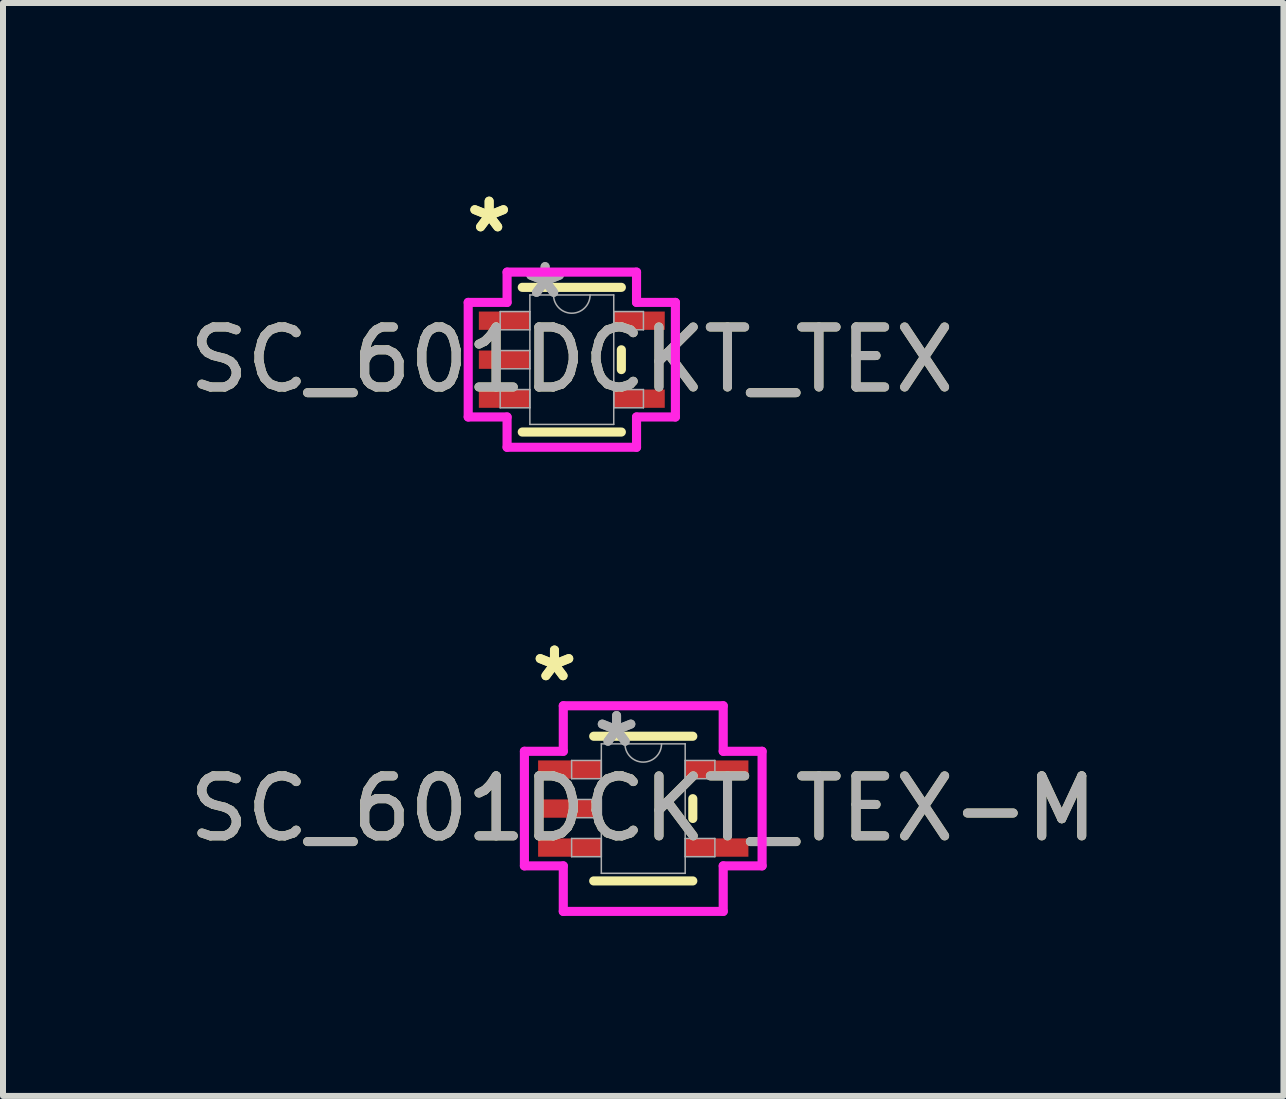
<source format=kicad_pcb>
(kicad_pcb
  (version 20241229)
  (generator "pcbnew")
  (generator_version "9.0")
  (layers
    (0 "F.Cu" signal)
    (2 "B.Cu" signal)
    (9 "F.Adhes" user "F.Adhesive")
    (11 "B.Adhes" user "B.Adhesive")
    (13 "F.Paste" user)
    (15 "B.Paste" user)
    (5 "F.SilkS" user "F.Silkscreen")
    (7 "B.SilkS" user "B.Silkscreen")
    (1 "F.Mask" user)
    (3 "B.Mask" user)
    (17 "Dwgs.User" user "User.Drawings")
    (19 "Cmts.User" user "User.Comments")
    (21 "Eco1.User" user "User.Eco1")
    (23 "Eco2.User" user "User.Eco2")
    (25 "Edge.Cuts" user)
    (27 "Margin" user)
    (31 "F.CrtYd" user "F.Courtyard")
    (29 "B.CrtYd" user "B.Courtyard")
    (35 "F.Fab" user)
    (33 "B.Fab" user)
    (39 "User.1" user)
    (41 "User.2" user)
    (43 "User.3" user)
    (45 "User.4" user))
  (footprint "SC_601DCKT_TEX-M"
    (layer "F.Cu")
    (at 7.673 10.429)
    (property "Reference" "SC_601DCKT_TEX-M" (at 0 0 0) (unlocked yes) (layer "F.SilkS") (effects (font (size 1 1) (thickness 0.15))))
    (attr smd)
    (fp_line (start -0.826 1.206) (end 0.826 1.206) (stroke (width 0.152) (type solid)) (layer "F.SilkS"))
    (fp_line (start 0.826 -1.206) (end -0.826 -1.206) (stroke (width 0.152) (type solid)) (layer "F.SilkS"))
    (fp_line (start 0.826 0.165) (end 0.826 -0.165) (stroke (width 0.152) (type solid)) (layer "F.SilkS"))
    (fp_line (start -1.981 -0.955) (end -1.333 -0.955) (stroke (width 0.152) (type solid)) (layer "F.CrtYd"))
    (fp_line (start -1.981 0.955) (end -1.981 -0.955) (stroke (width 0.152) (type solid)) (layer "F.CrtYd"))
    (fp_line (start -1.333 -1.714) (end 1.333 -1.714) (stroke (width 0.152) (type solid)) (layer "F.CrtYd"))
    (fp_line (start -1.333 -0.955) (end -1.333 -1.714) (stroke (width 0.152) (type solid)) (layer "F.CrtYd"))
    (fp_line (start -1.333 0.955) (end -1.981 0.955) (stroke (width 0.152) (type solid)) (layer "F.CrtYd"))
    (fp_line (start -1.333 1.714) (end -1.333 0.955) (stroke (width 0.152) (type solid)) (layer "F.CrtYd"))
    (fp_line (start 1.333 -1.714) (end 1.333 -0.955) (stroke (width 0.152) (type solid)) (layer "F.CrtYd"))
    (fp_line (start 1.333 -0.955) (end 1.981 -0.955) (stroke (width 0.152) (type solid)) (layer "F.CrtYd"))
    (fp_line (start 1.333 0.955) (end 1.333 1.714) (stroke (width 0.152) (type solid)) (layer "F.CrtYd"))
    (fp_line (start 1.333 1.714) (end -1.333 1.714) (stroke (width 0.152) (type solid)) (layer "F.CrtYd"))
    (fp_line (start 1.981 -0.955) (end 1.981 0.955) (stroke (width 0.152) (type solid)) (layer "F.CrtYd"))
    (fp_line (start 1.981 0.955) (end 1.333 0.955) (stroke (width 0.152) (type solid)) (layer "F.CrtYd"))
    (fp_line (start -1.194 -0.802) (end -1.194 -0.498) (stroke (width 0.025) (type solid)) (layer "F.Fab"))
    (fp_line (start -1.194 -0.498) (end -0.699 -0.498) (stroke (width 0.025) (type solid)) (layer "F.Fab"))
    (fp_line (start -1.194 -0.152) (end -1.194 0.152) (stroke (width 0.025) (type solid)) (layer "F.Fab"))
    (fp_line (start -1.194 0.152) (end -0.699 0.152) (stroke (width 0.025) (type solid)) (layer "F.Fab"))
    (fp_line (start -1.194 0.498) (end -1.194 0.802) (stroke (width 0.025) (type solid)) (layer "F.Fab"))
    (fp_line (start -1.194 0.802) (end -0.699 0.802) (stroke (width 0.025) (type solid)) (layer "F.Fab"))
    (fp_line (start -0.699 -1.079) (end -0.699 1.079) (stroke (width 0.025) (type solid)) (layer "F.Fab"))
    (fp_line (start -0.699 -0.802) (end -1.194 -0.802) (stroke (width 0.025) (type solid)) (layer "F.Fab"))
    (fp_line (start -0.699 -0.498) (end -0.699 -0.802) (stroke (width 0.025) (type solid)) (layer "F.Fab"))
    (fp_line (start -0.699 -0.152) (end -1.194 -0.152) (stroke (width 0.025) (type solid)) (layer "F.Fab"))
    (fp_line (start -0.699 0.152) (end -0.699 -0.152) (stroke (width 0.025) (type solid)) (layer "F.Fab"))
    (fp_line (start -0.699 0.498) (end -1.194 0.498) (stroke (width 0.025) (type solid)) (layer "F.Fab"))
    (fp_line (start -0.699 0.802) (end -0.699 0.498) (stroke (width 0.025) (type solid)) (layer "F.Fab"))
    (fp_line (start -0.699 1.079) (end 0.699 1.079) (stroke (width 0.025) (type solid)) (layer "F.Fab"))
    (fp_line (start 0.699 -1.079) (end -0.699 -1.079) (stroke (width 0.025) (type solid)) (layer "F.Fab"))
    (fp_line (start 0.699 -0.802) (end 0.699 -0.498) (stroke (width 0.025) (type solid)) (layer "F.Fab"))
    (fp_line (start 0.699 -0.498) (end 1.194 -0.498) (stroke (width 0.025) (type solid)) (layer "F.Fab"))
    (fp_line (start 0.699 0.498) (end 0.699 0.802) (stroke (width 0.025) (type solid)) (layer "F.Fab"))
    (fp_line (start 0.699 0.802) (end 1.194 0.802) (stroke (width 0.025) (type solid)) (layer "F.Fab"))
    (fp_line (start 0.699 1.079) (end 0.699 -1.079) (stroke (width 0.025) (type solid)) (layer "F.Fab"))
    (fp_line (start 1.194 -0.802) (end 0.699 -0.802) (stroke (width 0.025) (type solid)) (layer "F.Fab"))
    (fp_line (start 1.194 -0.498) (end 1.194 -0.802) (stroke (width 0.025) (type solid)) (layer "F.Fab"))
    (fp_line (start 1.194 0.498) (end 0.699 0.498) (stroke (width 0.025) (type solid)) (layer "F.Fab"))
    (fp_line (start 1.194 0.802) (end 1.194 0.498) (stroke (width 0.025) (type solid)) (layer "F.Fab"))
    (fp_arc (start 0.3048 -1.0795) (mid 0 -0.7747) (end -0.3048 -1.0795) (stroke (width 0.0254) (type solid)) (layer "F.Fab"))
    (fp_text user "*" (at -1.48 -2.098 0) (unlocked yes) (layer "F.SilkS") (effects (font (size 1 1) (thickness 0.15))))
    (fp_text user "*" (at -1.48 -2.098 0) (layer "F.SilkS") (effects (font (size 1 1) (thickness 0.15))))
    (fp_text user "${REFERENCE}" (at 0 0 0) (unlocked yes) (layer "F.Fab") (effects (font (size 1 1) (thickness 0.15))))
    (fp_text user "*" (at -0.445 -1.006 0) (layer "F.Fab") (effects (font (size 1 1) (thickness 0.15))))
    (fp_text user "*" (at -0.445 -1.006 0) (unlocked yes) (layer "F.Fab") (effects (font (size 1 1) (thickness 0.15))))
    (pad "1" smd rect (at -1.226 -0.65) (size 1.054 0.305) (layers "F.Cu" "F.Mask" "F.Paste"))
    (pad "2" smd rect (at -1.226 0) (size 1.054 0.305) (layers "F.Cu" "F.Mask" "F.Paste"))
    (pad "3" smd rect (at -1.226 0.65) (size 1.054 0.305) (layers "F.Cu" "F.Mask" "F.Paste"))
    (pad "4" smd rect (at 1.226 0.65) (size 1.054 0.305) (layers "F.Cu" "F.Mask" "F.Paste"))
    (pad "5" smd rect (at 1.226 -0.65) (size 1.054 0.305) (layers "F.Cu" "F.Mask" "F.Paste")))
  (footprint "SC_601DCKT_TEX"
    (layer "F.Cu")
    (at 6.482 2.946)
    (property "Reference" "SC_601DCKT_TEX" (at 0 0 0) (unlocked yes) (layer "F.SilkS") (effects (font (size 1 1) (thickness 0.15))))
    (attr smd)
    (fp_line (start -0.826 1.206) (end 0.826 1.206) (stroke (width 0.152) (type solid)) (layer "F.SilkS"))
    (fp_line (start 0.826 -1.206) (end -0.826 -1.206) (stroke (width 0.152) (type solid)) (layer "F.SilkS"))
    (fp_line (start 0.826 0.165) (end 0.826 -0.165) (stroke (width 0.152) (type solid)) (layer "F.SilkS"))
    (fp_line (start -1.727 -0.955) (end -1.079 -0.955) (stroke (width 0.152) (type solid)) (layer "F.CrtYd"))
    (fp_line (start -1.727 0.955) (end -1.727 -0.955) (stroke (width 0.152) (type solid)) (layer "F.CrtYd"))
    (fp_line (start -1.079 -1.46) (end 1.079 -1.46) (stroke (width 0.152) (type solid)) (layer "F.CrtYd"))
    (fp_line (start -1.079 -0.955) (end -1.079 -1.46) (stroke (width 0.152) (type solid)) (layer "F.CrtYd"))
    (fp_line (start -1.079 0.955) (end -1.727 0.955) (stroke (width 0.152) (type solid)) (layer "F.CrtYd"))
    (fp_line (start -1.079 1.46) (end -1.079 0.955) (stroke (width 0.152) (type solid)) (layer "F.CrtYd"))
    (fp_line (start 1.079 -1.46) (end 1.079 -0.955) (stroke (width 0.152) (type solid)) (layer "F.CrtYd"))
    (fp_line (start 1.079 -0.955) (end 1.727 -0.955) (stroke (width 0.152) (type solid)) (layer "F.CrtYd"))
    (fp_line (start 1.079 0.955) (end 1.079 1.46) (stroke (width 0.152) (type solid)) (layer "F.CrtYd"))
    (fp_line (start 1.079 1.46) (end -1.079 1.46) (stroke (width 0.152) (type solid)) (layer "F.CrtYd"))
    (fp_line (start 1.727 -0.955) (end 1.727 0.955) (stroke (width 0.152) (type solid)) (layer "F.CrtYd"))
    (fp_line (start 1.727 0.955) (end 1.079 0.955) (stroke (width 0.152) (type solid)) (layer "F.CrtYd"))
    (fp_line (start -1.194 -0.802) (end -1.194 -0.498) (stroke (width 0.025) (type solid)) (layer "F.Fab"))
    (fp_line (start -1.194 -0.498) (end -0.699 -0.498) (stroke (width 0.025) (type solid)) (layer "F.Fab"))
    (fp_line (start -1.194 -0.152) (end -1.194 0.152) (stroke (width 0.025) (type solid)) (layer "F.Fab"))
    (fp_line (start -1.194 0.152) (end -0.699 0.152) (stroke (width 0.025) (type solid)) (layer "F.Fab"))
    (fp_line (start -1.194 0.498) (end -1.194 0.802) (stroke (width 0.025) (type solid)) (layer "F.Fab"))
    (fp_line (start -1.194 0.802) (end -0.699 0.802) (stroke (width 0.025) (type solid)) (layer "F.Fab"))
    (fp_line (start -0.699 -1.079) (end -0.699 1.079) (stroke (width 0.025) (type solid)) (layer "F.Fab"))
    (fp_line (start -0.699 -0.802) (end -1.194 -0.802) (stroke (width 0.025) (type solid)) (layer "F.Fab"))
    (fp_line (start -0.699 -0.498) (end -0.699 -0.802) (stroke (width 0.025) (type solid)) (layer "F.Fab"))
    (fp_line (start -0.699 -0.152) (end -1.194 -0.152) (stroke (width 0.025) (type solid)) (layer "F.Fab"))
    (fp_line (start -0.699 0.152) (end -0.699 -0.152) (stroke (width 0.025) (type solid)) (layer "F.Fab"))
    (fp_line (start -0.699 0.498) (end -1.194 0.498) (stroke (width 0.025) (type solid)) (layer "F.Fab"))
    (fp_line (start -0.699 0.802) (end -0.699 0.498) (stroke (width 0.025) (type solid)) (layer "F.Fab"))
    (fp_line (start -0.699 1.079) (end 0.699 1.079) (stroke (width 0.025) (type solid)) (layer "F.Fab"))
    (fp_line (start 0.699 -1.079) (end -0.699 -1.079) (stroke (width 0.025) (type solid)) (layer "F.Fab"))
    (fp_line (start 0.699 -0.802) (end 0.699 -0.498) (stroke (width 0.025) (type solid)) (layer "F.Fab"))
    (fp_line (start 0.699 -0.498) (end 1.194 -0.498) (stroke (width 0.025) (type solid)) (layer "F.Fab"))
    (fp_line (start 0.699 0.498) (end 0.699 0.802) (stroke (width 0.025) (type solid)) (layer "F.Fab"))
    (fp_line (start 0.699 0.802) (end 1.194 0.802) (stroke (width 0.025) (type solid)) (layer "F.Fab"))
    (fp_line (start 0.699 1.079) (end 0.699 -1.079) (stroke (width 0.025) (type solid)) (layer "F.Fab"))
    (fp_line (start 1.194 -0.802) (end 0.699 -0.802) (stroke (width 0.025) (type solid)) (layer "F.Fab"))
    (fp_line (start 1.194 -0.498) (end 1.194 -0.802) (stroke (width 0.025) (type solid)) (layer "F.Fab"))
    (fp_line (start 1.194 0.498) (end 0.699 0.498) (stroke (width 0.025) (type solid)) (layer "F.Fab"))
    (fp_line (start 1.194 0.802) (end 1.194 0.498) (stroke (width 0.025) (type solid)) (layer "F.Fab"))
    (fp_arc (start 0.3048 -1.0795) (mid 0 -0.7747) (end -0.3048 -1.0795) (stroke (width 0.0254) (type solid)) (layer "F.Fab"))
    (fp_text user "*" (at -1.378 -2.098 0) (layer "F.SilkS") (effects (font (size 1 1) (thickness 0.15))))
    (fp_text user "*" (at -1.378 -2.098 0) (unlocked yes) (layer "F.SilkS") (effects (font (size 1 1) (thickness 0.15))))
    (fp_text user "*" (at -0.445 -1.006 0) (unlocked yes) (layer "F.Fab") (effects (font (size 1 1) (thickness 0.15))))
    (fp_text user "${REFERENCE}" (at 0 0 0) (unlocked yes) (layer "F.Fab") (effects (font (size 1 1) (thickness 0.15))))
    (fp_text user "*" (at -0.445 -1.006 0) (layer "F.Fab") (effects (font (size 1 1) (thickness 0.15))))
    (pad "1" smd rect (at -1.124 -0.65) (size 0.851 0.305) (layers "F.Cu" "F.Mask" "F.Paste"))
    (pad "2" smd rect (at -1.124 0) (size 0.851 0.305) (layers "F.Cu" "F.Mask" "F.Paste"))
    (pad "3" smd rect (at -1.124 0.65) (size 0.851 0.305) (layers "F.Cu" "F.Mask" "F.Paste"))
    (pad "4" smd rect (at 1.124 0.65) (size 0.851 0.305) (layers "F.Cu" "F.Mask" "F.Paste"))
    (pad "5" smd rect (at 1.124 -0.65) (size 0.851 0.305) (layers "F.Cu" "F.Mask" "F.Paste")))
  (gr_rect
    (start -3 -3)
    (end 18.345 15.219)
    (stroke (width 0.1) (type default))
    (fill no)
    (layer "Edge.Cuts")))
</source>
